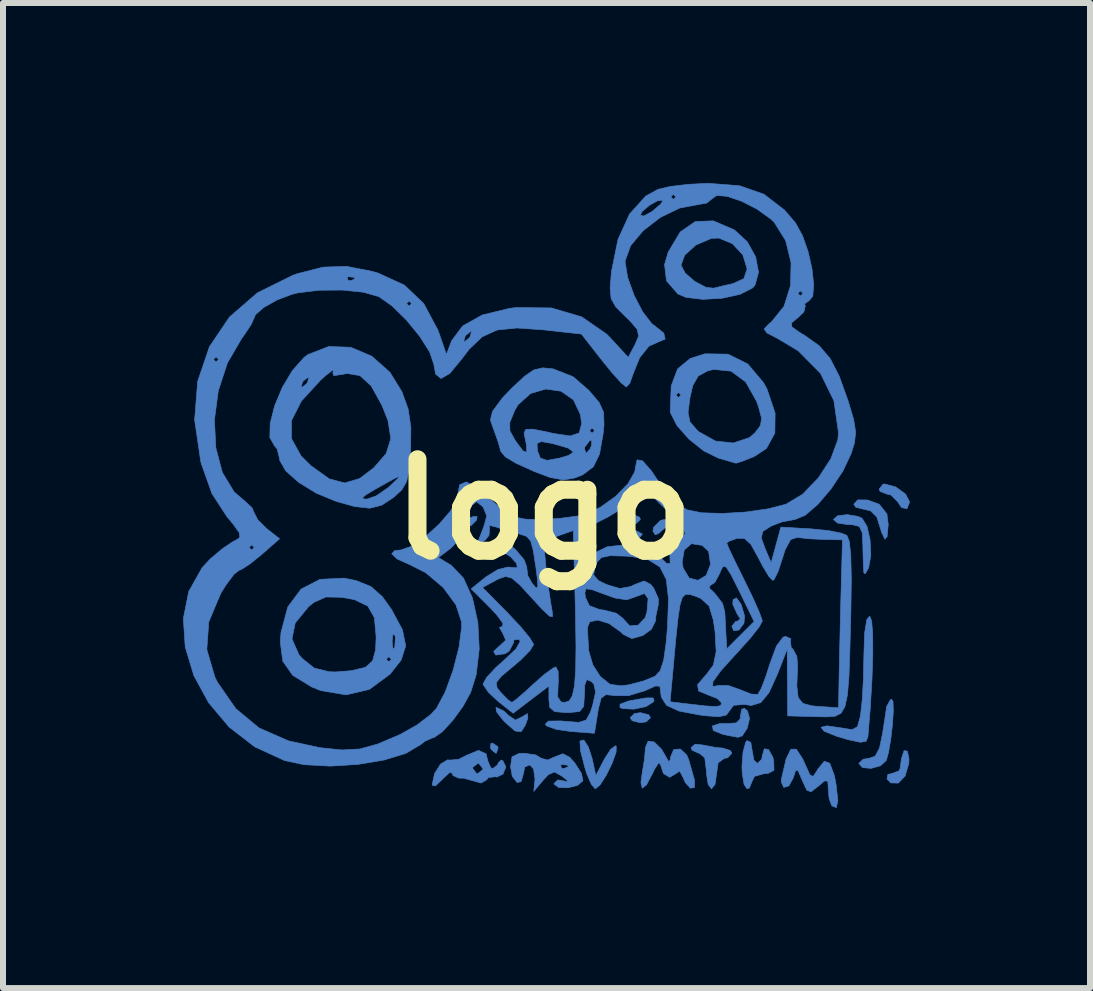
<source format=kicad_pcb>
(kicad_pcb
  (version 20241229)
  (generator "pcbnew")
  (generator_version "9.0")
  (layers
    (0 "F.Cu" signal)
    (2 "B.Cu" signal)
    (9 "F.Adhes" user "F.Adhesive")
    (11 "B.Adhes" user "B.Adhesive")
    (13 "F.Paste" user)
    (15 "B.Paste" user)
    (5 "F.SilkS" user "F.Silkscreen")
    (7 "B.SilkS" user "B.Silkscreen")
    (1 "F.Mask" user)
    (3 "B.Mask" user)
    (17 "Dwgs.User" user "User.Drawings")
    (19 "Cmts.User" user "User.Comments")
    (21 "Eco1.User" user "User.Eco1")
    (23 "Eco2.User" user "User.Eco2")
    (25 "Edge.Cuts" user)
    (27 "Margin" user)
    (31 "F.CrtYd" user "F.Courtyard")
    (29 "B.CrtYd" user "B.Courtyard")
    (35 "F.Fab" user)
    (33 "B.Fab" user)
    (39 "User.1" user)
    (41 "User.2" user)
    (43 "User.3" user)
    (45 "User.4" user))
  (footprint "logo"
    (layer "F.Cu")
    (at 6.011 5.437)
    (property "Reference" "logo" (at 0 0 0) (layer "F.SilkS") (effects (font (size 1.524 1.524) (thickness 0.3))))
    (attr through_hole)
    (fp_poly (pts (xy -0.765 3.956) (xy -0.762 3.979) (xy -0.791 4.062) (xy -0.799 4.064) (xy -0.872 4.005) (xy -0.889 3.979) (xy -0.882 3.901) (xy -0.852 3.895) (xy -0.765 3.956)) (stroke (width 0.01) (type solid)) (fill yes) (layer "B.Cu"))
    (fp_poly (pts (xy 1.596 0.132) (xy 1.609 0.169) (xy 1.538 0.237) (xy 1.434 0.254) (xy 1.317 0.221) (xy 1.312 0.169) (xy 1.435 0.091) (xy 1.487 0.085) (xy 1.596 0.132)) (stroke (width 0.01) (type solid)) (fill yes) (layer "B.Cu"))
    (fp_poly (pts (xy 1.746 3.422) (xy 1.778 3.471) (xy 1.707 3.54) (xy 1.609 3.556) (xy 1.471 3.521) (xy 1.439 3.471) (xy 1.51 3.403) (xy 1.609 3.387) (xy 1.746 3.422)) (stroke (width 0.01) (type solid)) (fill yes) (layer "B.Cu"))
    (fp_poly (pts (xy 1.643 0.411) (xy 1.603 0.462) (xy 1.444 0.489) (xy 1.435 0.49) (xy 1.274 0.472) (xy 1.229 0.421) (xy 1.231 0.418) (xy 1.352 0.35) (xy 1.524 0.348) (xy 1.643 0.411)) (stroke (width 0.01) (type solid)) (fill yes) (layer "B.Cu"))
    (fp_poly (pts (xy 2.092 0.192) (xy 2.04 0.287) (xy 2.032 0.296) (xy 1.911 0.403) (xy 1.855 0.423) (xy 1.817 0.361) (xy 1.832 0.296) (xy 1.944 0.184) (xy 2.009 0.169) (xy 2.092 0.192)) (stroke (width 0.01) (type solid)) (fill yes) (layer "B.Cu"))
    (fp_poly (pts (xy 1.823 3.142) (xy 1.837 3.189) (xy 1.827 3.207) (xy 1.701 3.287) (xy 1.498 3.329) (xy 1.312 3.319) (xy 1.269 3.301) (xy 1.27 3.247) (xy 1.411 3.194) (xy 1.443 3.187) (xy 1.701 3.142) (xy 1.823 3.142)) (stroke (width 0.01) (type solid)) (fill yes) (layer "B.Cu"))
    (fp_poly (pts (xy 5.864 -0.373) (xy 6.027 -0.255) (xy 6.096 -0.124) (xy 6.052 -0.012) (xy 5.96 -0.029) (xy 5.896 -0.127) (xy 5.783 -0.24) (xy 5.718 -0.254) (xy 5.603 -0.299) (xy 5.588 -0.339) (xy 5.653 -0.42) (xy 5.678 -0.423) (xy 5.864 -0.373)) (stroke (width 0.01) (type solid)) (fill yes) (layer "B.Cu"))
    (fp_poly (pts (xy 3.288 1.582) (xy 3.345 1.776) (xy 3.335 1.899) (xy 3.251 2.011) (xy 3.163 2.022) (xy 3.133 1.947) (xy 3.198 1.867) (xy 3.228 1.863) (xy 3.274 1.824) (xy 3.22 1.739) (xy 3.149 1.582) (xy 3.153 1.506) (xy 3.209 1.475) (xy 3.288 1.582)) (stroke (width 0.01) (type solid)) (fill yes) (layer "B.Cu"))
    (fp_poly (pts (xy -0.664 3.361) (xy -0.592 3.43) (xy -0.474 3.511) (xy -0.37 3.462) (xy -0.272 3.403) (xy -0.265 3.474) (xy -0.305 3.591) (xy -0.377 3.705) (xy -0.479 3.693) (xy -0.642 3.551) (xy -0.677 3.514) (xy -0.786 3.375) (xy -0.798 3.304) (xy -0.787 3.302) (xy -0.664 3.361)) (stroke (width 0.01) (type solid)) (fill yes) (layer "B.Cu"))
    (fp_poly (pts (xy 5.394 -0.156) (xy 5.588 -0.085) (xy 5.717 0.076) (xy 5.739 0.254) (xy 5.72 0.456) (xy 5.681 0.496) (xy 5.628 0.381) (xy 5.565 0.179) (xy 5.548 0.127) (xy 5.442 0.023) (xy 5.337 0) (xy 5.198 -0.035) (xy 5.165 -0.085) (xy 5.231 -0.158) (xy 5.394 -0.156)) (stroke (width 0.01) (type solid)) (fill yes) (layer "B.Cu"))
    (fp_poly (pts (xy 6.057 4.028) (xy 6.085 4.157) (xy 6.082 4.233) (xy 6.02 4.443) (xy 5.907 4.561) (xy 5.781 4.558) (xy 5.718 4.492) (xy 5.734 4.416) (xy 5.795 4.403) (xy 5.917 4.358) (xy 5.937 4.318) (xy 5.958 4.161) (xy 5.958 4.156) (xy 6.003 4.02) (xy 6.057 4.028)) (stroke (width 0.01) (type solid)) (fill yes) (layer "B.Cu"))
    (fp_poly (pts (xy 3.395 3.361) (xy 3.428 3.485) (xy 3.389 3.648) (xy 3.306 3.774) (xy 3.236 3.798) (xy 3.112 3.775) (xy 2.985 3.75) (xy 2.823 3.684) (xy 2.81 3.608) (xy 2.937 3.567) (xy 3.026 3.571) (xy 3.209 3.558) (xy 3.27 3.493) (xy 3.295 3.334) (xy 3.34 3.314) (xy 3.395 3.361)) (stroke (width 0.01) (type solid)) (fill yes) (layer "B.Cu"))
    (fp_poly (pts (xy 5.232 0.117) (xy 5.303 0.149) (xy 5.385 0.282) (xy 5.437 0.512) (xy 5.449 0.767) (xy 5.412 0.974) (xy 5.356 1.073) (xy 5.333 1.058) (xy 5.324 0.926) (xy 5.318 0.698) (xy 5.317 0.614) (xy 5.306 0.388) (xy 5.257 0.284) (xy 5.137 0.255) (xy 5.07 0.254) (xy 4.896 0.229) (xy 4.826 0.169) (xy 4.896 0.107) (xy 5.056 0.088) (xy 5.232 0.117)) (stroke (width 0.01) (type solid)) (fill yes) (layer "B.Cu"))
    (fp_poly (pts (xy 0.671 3.848) (xy 0.742 3.958) (xy 0.806 4.156) (xy 0.808 4.166) (xy 0.867 4.436) (xy 1.009 4.162) (xy 1.114 3.998) (xy 1.195 3.939) (xy 1.207 3.944) (xy 1.205 4.045) (xy 1.14 4.227) (xy 1.041 4.43) (xy 0.936 4.593) (xy 0.858 4.657) (xy 0.793 4.584) (xy 0.714 4.402) (xy 0.691 4.329) (xy 0.611 4.021) (xy 0.602 3.861) (xy 0.662 3.843) (xy 0.671 3.848)) (stroke (width 0.01) (type solid)) (fill yes) (layer "B.Cu"))
    (fp_poly (pts (xy 5.818 3.198) (xy 5.824 3.355) (xy 5.81 3.582) (xy 5.781 3.832) (xy 5.742 4.057) (xy 5.706 4.184) (xy 5.609 4.273) (xy 5.453 4.316) (xy 5.309 4.303) (xy 5.249 4.233) (xy 5.32 4.164) (xy 5.413 4.149) (xy 5.522 4.113) (xy 5.593 3.979) (xy 5.642 3.747) (xy 5.681 3.499) (xy 5.706 3.327) (xy 5.711 3.288) (xy 5.768 3.184) (xy 5.79 3.161) (xy 5.818 3.198)) (stroke (width 0.01) (type solid)) (fill yes) (layer "B.Cu"))
    (fp_poly (pts (xy 2.646 3.926) (xy 2.866 3.968) (xy 2.985 3.978) (xy 3.11 4.019) (xy 3.133 4.064) (xy 3.064 4.139) (xy 3.006 4.149) (xy 2.905 4.224) (xy 2.879 4.403) (xy 2.854 4.581) (xy 2.795 4.657) (xy 2.794 4.657) (xy 2.738 4.582) (xy 2.71 4.399) (xy 2.709 4.36) (xy 2.682 4.141) (xy 2.594 4.065) (xy 2.582 4.064) (xy 2.47 4.013) (xy 2.455 3.969) (xy 2.523 3.912) (xy 2.646 3.926)) (stroke (width 0.01) (type solid)) (fill yes) (layer "B.Cu"))
    (fp_poly (pts (xy 3.449 3.882) (xy 3.471 4.017) (xy 3.5 4.178) (xy 3.556 4.233) (xy 3.631 4.165) (xy 3.641 4.106) (xy 3.674 3.989) (xy 3.746 4.003) (xy 3.816 4.13) (xy 3.831 4.191) (xy 3.835 4.348) (xy 3.736 4.4) (xy 3.671 4.403) (xy 3.51 4.449) (xy 3.471 4.53) (xy 3.426 4.642) (xy 3.387 4.657) (xy 3.336 4.581) (xy 3.306 4.39) (xy 3.302 4.281) (xy 3.32 4.041) (xy 3.364 3.881) (xy 3.387 3.852) (xy 3.449 3.882)) (stroke (width 0.01) (type solid)) (fill yes) (layer "B.Cu"))
    (fp_poly (pts (xy 5.463 1.858) (xy 5.48 2.078) (xy 5.482 2.413) (xy 5.468 2.833) (xy 5.44 3.311) (xy 5.4 3.789) (xy 5.37 3.864) (xy 5.276 3.881) (xy 5.081 3.84) (xy 4.882 3.782) (xy 4.67 3.696) (xy 4.619 3.631) (xy 4.718 3.607) (xy 4.948 3.64) (xy 5.136 3.671) (xy 5.226 3.622) (xy 5.272 3.455) (xy 5.281 3.397) (xy 5.307 3.159) (xy 5.325 2.822) (xy 5.333 2.456) (xy 5.333 2.434) (xy 5.346 2.056) (xy 5.382 1.836) (xy 5.43 1.778) (xy 5.463 1.858)) (stroke (width 0.01) (type solid)) (fill yes) (layer "B.Cu"))
    (fp_poly (pts (xy 1.839 3.876) (xy 1.961 3.996) (xy 2.016 4.09) (xy 2.082 4.206) (xy 2.108 4.171) (xy 2.111 4.128) (xy 2.165 4.002) (xy 2.275 3.993) (xy 2.383 4.095) (xy 2.414 4.17) (xy 2.477 4.391) (xy 2.51 4.508) (xy 2.511 4.634) (xy 2.444 4.646) (xy 2.358 4.554) (xy 2.325 4.476) (xy 2.264 4.361) (xy 2.202 4.402) (xy 2.098 4.465) (xy 1.993 4.402) (xy 1.944 4.25) (xy 1.915 4.222) (xy 1.846 4.328) (xy 1.821 4.381) (xy 1.712 4.589) (xy 1.64 4.646) (xy 1.618 4.551) (xy 1.64 4.392) (xy 1.679 4.152) (xy 1.693 3.971) (xy 1.737 3.863) (xy 1.839 3.876)) (stroke (width 0.01) (type solid)) (fill yes) (layer "B.Cu"))
    (fp_poly (pts (xy 4.207 3.996) (xy 4.313 4.156) (xy 4.354 4.247) (xy 4.433 4.421) (xy 4.486 4.452) (xy 4.551 4.357) (xy 4.566 4.329) (xy 4.674 4.196) (xy 4.765 4.231) (xy 4.841 4.434) (xy 4.869 4.578) (xy 4.9 4.853) (xy 4.874 4.971) (xy 4.798 4.939) (xy 4.754 4.819) (xy 4.741 4.672) (xy 4.732 4.527) (xy 4.676 4.526) (xy 4.574 4.612) (xy 4.454 4.706) (xy 4.383 4.68) (xy 4.308 4.52) (xy 4.238 4.358) (xy 4.198 4.345) (xy 4.159 4.468) (xy 4.158 4.471) (xy 4.083 4.608) (xy 3.998 4.633) (xy 3.956 4.542) (xy 3.961 4.487) (xy 4.037 4.159) (xy 4.117 3.996) (xy 4.207 3.996)) (stroke (width 0.01) (type solid)) (fill yes) (layer "B.Cu"))
    (fp_poly (pts (xy 3.176 -4.656) (xy 3.176 -4.656) (xy 3.39 -4.459) (xy 3.53 -4.207) (xy 3.578 -3.95) (xy 3.52 -3.738) (xy 3.479 -3.69) (xy 3.273 -3.584) (xy 2.974 -3.518) (xy 2.651 -3.499) (xy 2.371 -3.532) (xy 2.233 -3.59) (xy 2.044 -3.808) (xy 2.013 -4.07) (xy 2.286 -4.07) (xy 2.355 -3.937) (xy 2.517 -3.797) (xy 2.703 -3.699) (xy 2.831 -3.685) (xy 2.976 -3.722) (xy 3.154 -3.762) (xy 3.334 -3.845) (xy 3.387 -4.006) (xy 3.387 -4.009) (xy 3.316 -4.241) (xy 3.142 -4.427) (xy 2.917 -4.52) (xy 2.792 -4.515) (xy 2.531 -4.403) (xy 2.347 -4.234) (xy 2.286 -4.07) (xy 2.013 -4.07) (xy 2.012 -4.08) (xy 2.074 -4.289) (xy 2.274 -4.623) (xy 2.525 -4.796) (xy 2.825 -4.807) (xy 3.176 -4.656)) (stroke (width 0.01) (type solid)) (fill yes) (layer "B.Cu"))
    (fp_poly (pts (xy -0.963 4.072) (xy -0.931 4.196) (xy -0.884 4.305) (xy -0.847 4.318) (xy -0.765 4.253) (xy -0.762 4.228) (xy -0.711 4.177) (xy -0.681 4.189) (xy -0.632 4.292) (xy -0.68 4.411) (xy -0.783 4.461) (xy -0.81 4.455) (xy -0.927 4.47) (xy -0.952 4.507) (xy -1.045 4.56) (xy -1.148 4.532) (xy -1.332 4.48) (xy -1.418 4.478) (xy -1.515 4.434) (xy -1.524 4.397) (xy -1.569 4.384) (xy -1.677 4.484) (xy -1.691 4.499) (xy -1.806 4.608) (xy -1.859 4.596) (xy -1.86 4.588) (xy -1.82 4.402) (xy -1.767 4.318) (xy -1.185 4.318) (xy -1.121 4.4) (xy -1.101 4.403) (xy -1.018 4.338) (xy -1.016 4.318) (xy -1.08 4.236) (xy -1.101 4.233) (xy -1.183 4.298) (xy -1.185 4.318) (xy -1.767 4.318) (xy -1.72 4.244) (xy -1.602 4.173) (xy -1.57 4.178) (xy -1.422 4.166) (xy -1.28 4.095) (xy -1.089 4.016) (xy -0.963 4.072)) (stroke (width 0.01) (type solid)) (fill yes) (layer "B.Cu"))
    (fp_poly (pts (xy -0.138 4.091) (xy -0.043 4.147) (xy 0.064 4.177) (xy 0.179 4.126) (xy 0.316 4.072) (xy 0.432 4.131) (xy 0.516 4.225) (xy 0.625 4.396) (xy 0.653 4.521) (xy 0.652 4.521) (xy 0.562 4.599) (xy 0.403 4.639) (xy 0.247 4.634) (xy 0.17 4.576) (xy 0.169 4.569) (xy 0.232 4.508) (xy 0.318 4.521) (xy 0.41 4.546) (xy 0.369 4.498) (xy 0.307 4.449) (xy 0.179 4.376) (xy 0.075 4.42) (xy -0.01 4.512) (xy -0.167 4.699) (xy -0.147 4.497) (xy -0.17 4.327) (xy -0.229 4.262) (xy 0.282 4.262) (xy 0.294 4.312) (xy 0.339 4.318) (xy 0.408 4.287) (xy 0.395 4.262) (xy 0.295 4.251) (xy 0.282 4.262) (xy -0.229 4.262) (xy -0.233 4.257) (xy -0.318 4.294) (xy -0.339 4.403) (xy -0.378 4.537) (xy -0.445 4.551) (xy -0.525 4.449) (xy -0.554 4.29) (xy -0.53 4.124) (xy -0.413 4.068) (xy -0.326 4.064) (xy -0.138 4.091)) (stroke (width 0.01) (type solid)) (fill yes) (layer "B.Cu"))
    (fp_poly (pts (xy 3.069 -2.586) (xy 3.398 -2.423) (xy 3.661 -2.111) (xy 3.72 -2.002) (xy 3.854 -1.604) (xy 3.85 -1.27) (xy 3.71 -1.015) (xy 3.505 -0.88) (xy 3.314 -0.804) (xy 3.205 -0.77) (xy 3.199 -0.77) (xy 3.11 -0.796) (xy 2.926 -0.849) (xy 2.91 -0.854) (xy 2.665 -0.974) (xy 2.418 -1.171) (xy 2.219 -1.396) (xy 2.113 -1.605) (xy 2.112 -1.611) (xy 2.404 -1.611) (xy 2.435 -1.458) (xy 2.549 -1.325) (xy 2.586 -1.291) (xy 2.861 -1.138) (xy 3.16 -1.106) (xy 3.426 -1.196) (xy 3.517 -1.273) (xy 3.609 -1.395) (xy 3.629 -1.517) (xy 3.579 -1.705) (xy 3.544 -1.803) (xy 3.365 -2.122) (xy 3.12 -2.303) (xy 2.829 -2.332) (xy 2.729 -2.307) (xy 2.573 -2.222) (xy 2.483 -2.065) (xy 2.434 -1.856) (xy 2.404 -1.611) (xy 2.112 -1.611) (xy 2.107 -1.646) (xy 2.117 -1.905) (xy 2.201 -1.905) (xy 2.244 -1.863) (xy 2.286 -1.905) (xy 2.244 -1.947) (xy 2.201 -1.905) (xy 2.117 -1.905) (xy 2.123 -2.057) (xy 2.229 -2.34) (xy 2.441 -2.515) (xy 2.688 -2.592) (xy 3.069 -2.586)) (stroke (width 0.01) (type solid)) (fill yes) (layer "B.Cu"))
    (fp_poly (pts (xy -3.126 1.187) (xy -2.882 1.285) (xy -2.689 1.456) (xy -2.535 1.672) (xy -2.355 2.008) (xy -2.301 2.274) (xy -2.377 2.512) (xy -2.561 2.745) (xy -2.907 3) (xy -3.295 3.091) (xy -3.72 3.019) (xy -3.871 2.957) (xy -4.183 2.766) (xy -4.349 2.53) (xy -4.391 2.209) (xy -4.387 2.159) (xy -4.196 2.159) (xy -4.081 2.42) (xy -4.03 2.48) (xy -3.825 2.645) (xy -3.575 2.706) (xy -3.47 2.709) (xy -3.205 2.688) (xy -2.99 2.636) (xy -2.958 2.622) (xy -2.852 2.522) (xy -2.845 2.498) (xy -2.625 2.498) (xy -2.582 2.54) (xy -2.54 2.498) (xy -2.582 2.455) (xy -2.625 2.498) (xy -2.845 2.498) (xy -2.803 2.339) (xy -2.797 2.201) (xy -2.527 2.201) (xy -2.513 2.322) (xy -2.484 2.307) (xy -2.473 2.134) (xy -2.484 2.095) (xy -2.515 2.085) (xy -2.527 2.201) (xy -2.797 2.201) (xy -2.794 2.124) (xy -2.823 1.805) (xy -2.933 1.611) (xy -3.156 1.504) (xy -3.368 1.465) (xy -3.629 1.46) (xy -3.829 1.548) (xy -3.919 1.621) (xy -4.142 1.893) (xy -4.196 2.159) (xy -4.387 2.159) (xy -4.379 2.052) (xy -4.266 1.627) (xy -4.045 1.329) (xy -3.729 1.166) (xy -3.33 1.146) (xy -3.126 1.187)) (stroke (width 0.01) (type solid)) (fill yes) (layer "B.Cu"))
    (fp_poly (pts (xy -3.219 -2.701) (xy -2.868 -2.553) (xy -2.564 -2.284) (xy -2.365 -1.962) (xy -2.26 -1.671) (xy -2.215 -1.368) (xy -2.219 -0.984) (xy -2.243 -0.665) (xy -2.286 -0.463) (xy -2.366 -0.325) (xy -2.501 -0.201) (xy -2.701 -0.069) (xy -2.9 -0.019) (xy -3.152 -0.047) (xy -3.46 -0.133) (xy -3.595 -0.189) (xy -3.024 -0.189) (xy -2.99 -0.172) (xy -2.947 -0.171) (xy -2.793 -0.224) (xy -2.6 -0.357) (xy -2.566 -0.386) (xy -2.428 -0.517) (xy -2.414 -0.549) (xy -2.519 -0.498) (xy -2.529 -0.492) (xy -2.815 -0.332) (xy -2.973 -0.237) (xy -3.024 -0.189) (xy -3.595 -0.189) (xy -3.79 -0.269) (xy -4.082 -0.448) (xy -4.299 -0.64) (xy -4.4 -0.816) (xy -4.403 -0.846) (xy -4.443 -1.006) (xy -4.487 -1.058) (xy -4.555 -1.18) (xy -4.205 -1.18) (xy -4.046 -0.892) (xy -3.879 -0.726) (xy -3.576 -0.509) (xy -3.317 -0.439) (xy -3.068 -0.514) (xy -2.834 -0.691) (xy -2.626 -0.931) (xy -2.549 -1.179) (xy -2.596 -1.478) (xy -2.698 -1.736) (xy -2.877 -2.058) (xy -3.063 -2.228) (xy -3.276 -2.264) (xy -3.35 -2.25) (xy -3.5 -2.228) (xy -3.517 -2.28) (xy -3.504 -2.304) (xy -3.518 -2.32) (xy -3.626 -2.237) (xy -3.714 -2.159) (xy -4.04 -1.803) (xy -4.204 -1.48) (xy -4.205 -1.18) (xy -4.555 -1.18) (xy -4.565 -1.197) (xy -4.559 -1.433) (xy -4.485 -1.725) (xy -4.356 -2.033) (xy -4.353 -2.038) (xy -4.043 -2.038) (xy -4.032 -2.032) (xy -3.954 -2.092) (xy -3.937 -2.117) (xy -3.915 -2.196) (xy -3.927 -2.201) (xy -4.004 -2.142) (xy -4.022 -2.117) (xy -4.043 -2.038) (xy -4.353 -2.038) (xy -4.188 -2.314) (xy -3.997 -2.529) (xy -3.932 -2.578) (xy -3.585 -2.713) (xy -3.219 -2.701)) (stroke (width 0.01) (type solid)) (fill yes) (layer "B.Cu"))
    (fp_poly (pts (xy 0.154 -2.341) (xy 0.488 -2.21) (xy 0.751 -1.982) (xy 0.922 -1.781) (xy 0.997 -1.615) (xy 1.003 -1.404) (xy 0.987 -1.251) (xy 0.928 -0.919) (xy 0.826 -0.71) (xy 0.653 -0.579) (xy 0.519 -0.524) (xy 0.328 -0.491) (xy 0.103 -0.532) (xy -0.15 -0.627) (xy -0.461 -0.767) (xy -0.641 -0.875) (xy -0.718 -0.968) (xy -0.727 -1.002) (xy -0.76 -1.121) (xy -0.79 -1.206) (xy -0.864 -1.412) (xy -0.875 -1.447) (xy -0.567 -1.447) (xy -0.565 -1.309) (xy -0.477 -1.149) (xy -0.477 -1.148) (xy -0.346 -0.973) (xy -0.283 -0.951) (xy -0.29 -1.081) (xy -0.293 -1.097) (xy -0.113 -1.097) (xy -0.106 -0.977) (xy -0.105 -0.972) (xy -0.057 -0.854) (xy 0.052 -0.816) (xy 0.259 -0.853) (xy 0.414 -0.899) (xy 0.494 -0.955) (xy 0.421 -1.011) (xy 0.677 -1.011) (xy 0.705 -0.934) (xy 0.767 -1.001) (xy 0.794 -1.063) (xy 0.8 -1.15) (xy 0.761 -1.142) (xy 0.68 -1.034) (xy 0.677 -1.011) (xy 0.421 -1.011) (xy 0.408 -1.021) (xy 0.159 -1.093) (xy 0.148 -1.096) (xy -0.043 -1.13) (xy -0.113 -1.097) (xy -0.293 -1.097) (xy -0.304 -1.143) (xy -0.329 -1.272) (xy -0.299 -1.334) (xy -0.18 -1.336) (xy 0.06 -1.288) (xy 0.162 -1.264) (xy 0.441 -1.223) (xy 0.59 -1.273) (xy 0.6 -1.312) (xy 0.762 -1.312) (xy 0.804 -1.27) (xy 0.847 -1.312) (xy 0.804 -1.355) (xy 0.762 -1.312) (xy 0.6 -1.312) (xy 0.63 -1.427) (xy 0.611 -1.577) (xy 0.494 -1.825) (xy 0.286 -1.969) (xy 0.033 -2.005) (xy -0.221 -1.93) (xy -0.429 -1.743) (xy -0.484 -1.648) (xy -0.567 -1.447) (xy -0.875 -1.447) (xy -0.89 -1.49) (xy -0.854 -1.634) (xy -0.692 -1.853) (xy -0.545 -2.008) (xy -0.322 -2.217) (xy -0.163 -2.325) (xy -0.015 -2.358) (xy 0.154 -2.341)) (stroke (width 0.01) (type solid)) (fill yes) (layer "B.Cu"))
    (fp_poly (pts (xy 3.259 -5.393) (xy 3.667 -5.251) (xy 4.01 -4.988) (xy 4.193 -4.774) (xy 4.309 -4.564) (xy 4.404 -4.294) (xy 4.469 -4.006) (xy 4.497 -3.744) (xy 4.482 -3.551) (xy 4.415 -3.472) (xy 4.409 -3.471) (xy 4.346 -3.424) (xy 4.357 -3.392) (xy 4.334 -3.291) (xy 4.231 -3.191) (xy 4.128 -3.108) (xy 4.132 -3.042) (xy 4.258 -2.951) (xy 4.35 -2.896) (xy 4.589 -2.726) (xy 4.771 -2.514) (xy 4.923 -2.218) (xy 5.074 -1.797) (xy 5.163 -1.495) (xy 5.196 -1.287) (xy 5.177 -1.109) (xy 5.122 -0.931) (xy 4.984 -0.639) (xy 4.788 -0.344) (xy 4.568 -0.085) (xy 4.355 0.099) (xy 4.184 0.169) (xy 4.183 0.169) (xy 3.966 0.209) (xy 3.787 0.279) (xy 3.647 0.37) (xy 3.624 0.478) (xy 3.682 0.639) (xy 3.788 0.889) (xy 3.869 0.593) (xy 3.95 0.296) (xy 4.452 0.325) (xy 4.738 0.353) (xy 4.96 0.397) (xy 5.05 0.434) (xy 5.091 0.536) (xy 5.115 0.771) (xy 5.124 1.149) (xy 5.117 1.682) (xy 5.114 1.802) (xy 5.099 2.372) (xy 5.084 2.795) (xy 5.059 3.092) (xy 5.018 3.285) (xy 4.953 3.396) (xy 4.856 3.446) (xy 4.72 3.458) (xy 4.536 3.454) (xy 4.529 3.454) (xy 4.064 3.441) (xy 4.06 2.885) (xy 4.056 2.328) (xy 3.893 2.745) (xy 3.753 3.053) (xy 3.617 3.219) (xy 3.458 3.268) (xy 3.335 3.25) (xy 3.162 3.265) (xy 3.101 3.346) (xy 3.042 3.427) (xy 2.917 3.455) (xy 2.683 3.438) (xy 2.603 3.427) (xy 2.253 3.361) (xy 2.046 3.266) (xy 2.007 3.206) (xy 2.104 3.206) (xy 2.386 3.24) (xy 2.692 3.275) (xy 2.866 3.286) (xy 2.945 3.271) (xy 2.963 3.229) (xy 2.963 3.227) (xy 2.892 3.152) (xy 2.752 3.098) (xy 2.579 3.026) (xy 2.567 2.952) (xy 2.814 2.952) (xy 2.918 2.934) (xy 3.078 2.936) (xy 3.272 3.005) (xy 3.453 3.077) (xy 3.566 3.084) (xy 3.622 2.987) (xy 3.702 2.778) (xy 3.764 2.581) (xy 3.876 2.278) (xy 3.986 2.13) (xy 4.029 2.117) (xy 4.117 2.156) (xy 4.11 2.195) (xy 4.122 2.304) (xy 4.153 2.331) (xy 4.216 2.449) (xy 4.23 2.612) (xy 4.216 2.939) (xy 4.238 3.134) (xy 4.316 3.233) (xy 4.467 3.274) (xy 4.572 3.283) (xy 4.911 3.306) (xy 4.921 2.733) (xy 4.929 2.377) (xy 4.939 1.932) (xy 4.95 1.476) (xy 4.954 1.333) (xy 4.976 0.508) (xy 4.668 0.502) (xy 4.422 0.49) (xy 4.233 0.47) (xy 4.221 0.468) (xy 4.113 0.503) (xy 4.022 0.671) (xy 3.977 0.813) (xy 3.904 1.035) (xy 3.838 1.168) (xy 3.816 1.185) (xy 3.749 1.116) (xy 3.643 0.939) (xy 3.577 0.811) (xy 3.45 0.582) (xy 3.342 0.484) (xy 3.222 0.482) (xy 3.083 0.533) (xy 3.048 0.562) (xy 3.083 0.649) (xy 3.177 0.847) (xy 3.311 1.119) (xy 3.344 1.185) (xy 3.485 1.476) (xy 3.59 1.712) (xy 3.639 1.85) (xy 3.641 1.862) (xy 3.586 1.962) (xy 3.442 2.145) (xy 3.238 2.372) (xy 3.218 2.393) (xy 2.953 2.686) (xy 2.818 2.872) (xy 2.814 2.952) (xy 2.567 2.952) (xy 2.562 2.922) (xy 2.698 2.762) (xy 2.709 2.752) (xy 2.826 2.593) (xy 2.872 2.368) (xy 2.853 2.038) (xy 2.825 1.846) (xy 2.755 1.612) (xy 2.616 1.484) (xy 2.534 1.45) (xy 2.434 1.417) (xy 2.361 1.416) (xy 2.308 1.468) (xy 2.268 1.599) (xy 2.234 1.83) (xy 2.197 2.185) (xy 2.156 2.64) (xy 2.104 3.206) (xy 2.007 3.206) (xy 1.957 3.128) (xy 1.947 3.044) (xy 1.934 2.948) (xy 1.863 2.942) (xy 1.689 3.02) (xy 1.687 3.021) (xy 1.413 3.104) (xy 1.189 3.104) (xy 1.035 3.087) (xy 0.955 3.147) (xy 0.909 3.324) (xy 0.898 3.394) (xy 0.844 3.731) (xy 0.448 3.701) (xy 0.208 3.666) (xy 0.052 3.611) (xy 0.023 3.581) (xy 0.076 3.528) (xy 0.282 3.525) (xy 0.356 3.532) (xy 0.586 3.549) (xy 0.706 3.51) (xy 0.777 3.38) (xy 0.813 3.268) (xy 0.863 3.044) (xy 0.835 2.915) (xy 0.792 2.868) (xy 0.716 2.836) (xy 0.683 2.925) (xy 0.677 3.08) (xy 0.665 3.283) (xy 0.597 3.368) (xy 0.422 3.387) (xy 0.381 3.387) (xy 0.181 3.371) (xy 0.099 3.3) (xy 0.085 3.165) (xy 0.085 2.943) (xy -0.511 3.397) (xy -0.759 3.201) (xy -0.923 3.049) (xy -1.008 2.923) (xy -1.011 2.907) (xy -0.953 2.801) (xy -0.8 2.636) (xy -0.666 2.517) (xy -0.463 2.325) (xy -0.393 2.2) (xy -0.412 2.166) (xy -0.496 2.175) (xy -0.508 2.23) (xy -0.577 2.362) (xy -0.647 2.406) (xy -0.799 2.428) (xy -0.837 2.369) (xy -0.735 2.273) (xy -0.634 2.18) (xy -0.683 2.067) (xy -0.739 1.969) (xy -0.685 1.947) (xy -0.683 1.895) (xy -0.782 1.761) (xy -0.898 1.636) (xy -1.21 1.324) (xy -1.182 1.302) (xy -1.021 1.302) (xy -0.595 1.733) (xy -0.385 1.957) (xy -0.233 2.142) (xy -0.17 2.25) (xy -0.169 2.253) (xy -0.23 2.353) (xy -0.387 2.511) (xy -0.514 2.619) (xy -0.711 2.784) (xy -0.793 2.889) (xy -0.778 2.974) (xy -0.712 3.056) (xy -0.591 3.178) (xy -0.532 3.217) (xy -0.456 3.164) (xy -0.3 3.028) (xy -0.185 2.922) (xy 0.007 2.752) (xy 0.154 2.645) (xy 0.2 2.625) (xy 0.239 2.698) (xy 0.242 2.879) (xy 0.238 2.921) (xy 0.231 3.125) (xy 0.286 3.208) (xy 0.347 3.217) (xy 0.422 3.193) (xy 0.476 3.106) (xy 0.512 2.938) (xy 0.531 2.668) (xy 0.536 2.277) (xy 0.531 1.968) (xy 0.727 1.968) (xy 0.737 2.165) (xy 0.748 2.355) (xy 0.817 2.592) (xy 0.942 2.786) (xy 1.105 2.916) (xy 1.296 2.94) (xy 1.418 2.923) (xy 1.663 2.859) (xy 1.854 2.78) (xy 1.861 2.775) (xy 1.941 2.685) (xy 1.998 2.509) (xy 2.039 2.217) (xy 2.061 1.955) (xy 2.078 1.492) (xy 2.057 1.31) (xy 2.756 1.31) (xy 2.841 1.39) (xy 2.977 1.565) (xy 3.016 1.708) (xy 3.029 1.959) (xy 3.037 2.115) (xy 3.048 2.324) (xy 3.504 1.869) (xy 3.255 1.358) (xy 3.122 1.093) (xy 3.04 0.963) (xy 2.988 0.947) (xy 2.946 1.027) (xy 2.935 1.059) (xy 2.851 1.217) (xy 2.771 1.27) (xy 2.756 1.31) (xy 2.057 1.31) (xy 2.041 1.168) (xy 1.934 0.959) (xy 1.743 0.84) (xy 1.454 0.785) (xy 1.366 0.779) (xy 1.104 0.772) (xy 0.959 0.802) (xy 0.883 0.886) (xy 0.857 0.948) (xy 0.83 1.092) (xy 0.91 1.187) (xy 1.047 1.253) (xy 1.267 1.319) (xy 1.444 1.287) (xy 1.509 1.255) (xy 1.671 1.193) (xy 1.78 1.249) (xy 1.831 1.312) (xy 1.908 1.485) (xy 1.907 1.592) (xy 1.867 1.778) (xy 1.863 1.856) (xy 1.793 1.998) (xy 1.65 2.102) (xy 1.468 2.153) (xy 1.325 2.084) (xy 1.275 2.037) (xy 1.087 1.902) (xy 0.902 1.845) (xy 0.766 1.873) (xy 0.727 1.968) (xy 0.531 1.968) (xy 0.528 1.745) (xy 0.521 1.468) (xy 0.519 1.386) (xy 0.684 1.386) (xy 0.693 1.465) (xy 0.759 1.605) (xy 0.932 1.67) (xy 1 1.678) (xy 1.205 1.73) (xy 1.323 1.819) (xy 1.326 1.826) (xy 1.433 1.942) (xy 1.572 1.93) (xy 1.688 1.807) (xy 1.718 1.715) (xy 1.738 1.487) (xy 1.677 1.402) (xy 1.53 1.455) (xy 1.527 1.457) (xy 1.382 1.507) (xy 1.189 1.478) (xy 1.018 1.417) (xy 0.802 1.337) (xy 0.704 1.324) (xy 0.684 1.386) (xy 0.519 1.386) (xy 0.497 0.563) (xy 0.677 0.563) (xy 0.684 0.761) (xy 0.719 0.815) (xy 0.808 0.755) (xy 0.832 0.733) (xy 1.055 0.624) (xy 1.351 0.589) (xy 1.648 0.626) (xy 1.876 0.734) (xy 1.905 0.762) (xy 2.045 0.9) (xy 2.106 0.9) (xy 2.105 0.879) (xy 2.305 0.879) (xy 2.322 0.978) (xy 2.422 1.144) (xy 2.568 1.182) (xy 2.706 1.1) (xy 2.778 0.916) (xy 2.746 0.699) (xy 2.639 0.6) (xy 2.46 0.572) (xy 2.34 0.677) (xy 2.305 0.879) (xy 2.105 0.879) (xy 2.1 0.751) (xy 2.08 0.635) (xy 2.062 0.415) (xy 2.117 0.339) (xy 2.118 0.339) (xy 2.172 0.39) (xy 2.159 0.423) (xy 2.137 0.499) (xy 2.235 0.488) (xy 2.313 0.46) (xy 2.357 0.402) (xy 2.294 0.284) (xy 2.114 0.084) (xy 2.088 0.057) (xy 1.736 -0.297) (xy 1.314 -0.021) (xy 1.07 0.127) (xy 0.873 0.227) (xy 0.785 0.254) (xy 0.707 0.332) (xy 0.677 0.549) (xy 0.677 0.563) (xy 0.497 0.563) (xy 0.491 0.353) (xy 0.239 0.441) (xy 0.097 0.499) (xy 0.028 0.576) (xy 0.014 0.72) (xy 0.038 0.981) (xy 0.041 1.005) (xy 0.079 1.312) (xy 0.119 1.581) (xy 0.139 1.693) (xy 0.146 1.787) (xy 0.097 1.781) (xy -0.028 1.664) (xy -0.194 1.483) (xy -0.399 1.26) (xy -0.533 1.145) (xy -0.637 1.118) (xy -0.75 1.157) (xy -0.797 1.181) (xy -1.021 1.302) (xy -1.182 1.302) (xy -0.965 1.126) (xy -0.765 1.003) (xy -0.593 0.96) (xy -0.572 0.964) (xy -0.442 0.974) (xy -0.454 0.901) (xy -0.553 0.79) (xy -0.681 0.707) (xy -0.808 0.765) (xy -0.809 0.766) (xy -0.938 0.842) (xy -0.973 0.806) (xy -0.904 0.693) (xy -0.846 0.635) (xy -0.723 0.538) (xy -0.626 0.543) (xy -0.486 0.658) (xy -0.462 0.681) (xy -0.328 0.839) (xy -0.282 0.963) (xy -0.284 0.973) (xy -0.266 1.106) (xy -0.196 1.231) (xy -0.126 1.312) (xy -0.099 1.288) (xy -0.11 1.136) (xy -0.131 0.974) (xy -0.175 0.689) (xy -0.218 0.528) (xy -0.285 0.451) (xy -0.398 0.412) (xy -0.443 0.402) (xy -0.676 0.337) (xy -0.797 0.293) (xy -0.91 0.267) (xy -0.904 0.315) (xy -0.913 0.434) (xy -0.975 0.509) (xy -1.076 0.574) (xy -1.089 0.519) (xy -1.016 0.331) (xy -1.004 0.303) (xy -0.95 0.11) (xy -1.011 -0.037) (xy -1.017 -0.044) (xy -1.119 -0.128) (xy -1.197 -0.069) (xy -1.198 -0.068) (xy -1.264 0.081) (xy -1.237 0.142) (xy -1.174 0.12) (xy -1.111 0.12) (xy -1.121 0.179) (xy -1.213 0.272) (xy -1.259 0.275) (xy -1.344 0.322) (xy -1.355 0.377) (xy -1.417 0.513) (xy -1.555 0.652) (xy -1.756 0.803) (xy -1.543 0.932) (xy -1.339 1.144) (xy -1.189 1.476) (xy -1.099 1.884) (xy -1.076 2.326) (xy -1.127 2.757) (xy -1.219 3.051) (xy -1.346 3.282) (xy -1.516 3.516) (xy -1.69 3.705) (xy -1.832 3.804) (xy -1.86 3.81) (xy -1.98 3.862) (xy -2.047 3.916) (xy -2.295 4.064) (xy -2.662 4.177) (xy -3.1 4.25) (xy -3.56 4.278) (xy -3.996 4.254) (xy -4.318 4.186) (xy -4.818 3.956) (xy -5.243 3.627) (xy -5.584 3.223) (xy -5.831 2.77) (xy -5.962 2.336) (xy -5.615 2.336) (xy -5.481 2.794) (xy -5.439 2.879) (xy -5.132 3.321) (xy -4.745 3.642) (xy -4.253 3.858) (xy -3.725 3.972) (xy -3.363 4.009) (xy -3.068 3.993) (xy -2.769 3.911) (xy -2.396 3.752) (xy -2.394 3.751) (xy -2.116 3.595) (xy -1.882 3.417) (xy -1.788 3.316) (xy -1.642 3.042) (xy -1.51 2.677) (xy -1.412 2.294) (xy -1.369 1.962) (xy -1.37 1.877) (xy -1.465 1.589) (xy -1.678 1.3) (xy -1.967 1.056) (xy -2.223 0.926) (xy -2.443 0.827) (xy -2.534 0.741) (xy -2.485 0.687) (xy -2.383 0.677) (xy -2.205 0.616) (xy -1.979 0.46) (xy -1.748 0.251) (xy -1.557 0.03) (xy -1.449 -0.159) (xy -1.439 -0.214) (xy -1.403 -0.409) (xy -1.292 -0.458) (xy -1.104 -0.36) (xy -0.899 -0.179) (xy -0.682 0.02) (xy -0.507 0.124) (xy -0.302 0.164) (xy -0.081 0.169) (xy 0.246 0.153) (xy 0.557 0.112) (xy 0.677 0.085) (xy 0.94 -0.033) (xy 1.197 -0.217) (xy 1.404 -0.429) (xy 1.516 -0.626) (xy 1.524 -0.682) (xy 1.554 -0.825) (xy 1.644 -0.81) (xy 1.795 -0.638) (xy 1.907 -0.47) (xy 2.093 -0.23) (xy 2.296 -0.046) (xy 2.389 0.008) (xy 2.628 0.057) (xy 2.973 0.068) (xy 3.365 0.045) (xy 3.745 -0.01) (xy 4.036 -0.086) (xy 4.311 -0.251) (xy 4.573 -0.522) (xy 4.782 -0.842) (xy 4.899 -1.158) (xy 4.911 -1.273) (xy 4.834 -1.81) (xy 4.609 -2.268) (xy 4.24 -2.641) (xy 3.902 -2.844) (xy 3.719 -2.939) (xy 3.671 -3.004) (xy 3.741 -3.082) (xy 3.792 -3.122) (xy 4.002 -3.382) (xy 4.07 -3.598) (xy 4.233 -3.598) (xy 4.276 -3.556) (xy 4.318 -3.598) (xy 4.276 -3.641) (xy 4.233 -3.598) (xy 4.07 -3.598) (xy 4.111 -3.728) (xy 4.12 -4.11) (xy 4.03 -4.479) (xy 3.839 -4.783) (xy 3.783 -4.837) (xy 3.552 -5.003) (xy 3.296 -5.134) (xy 3.058 -5.215) (xy 2.881 -5.23) (xy 2.814 -5.183) (xy 2.713 -5.103) (xy 2.581 -5.08) (xy 2.265 -5.021) (xy 1.943 -4.865) (xy 1.656 -4.644) (xy 1.446 -4.393) (xy 1.356 -4.143) (xy 1.355 -4.118) (xy 1.397 -3.863) (xy 1.504 -3.567) (xy 1.647 -3.291) (xy 1.799 -3.094) (xy 1.857 -3.051) (xy 1.998 -2.938) (xy 2.023 -2.838) (xy 1.922 -2.794) (xy 1.918 -2.794) (xy 1.752 -2.719) (xy 1.597 -2.527) (xy 1.492 -2.267) (xy 1.491 -2.265) (xy 1.432 -2.099) (xy 1.374 -2.038) (xy 1.294 -2.103) (xy 1.145 -2.267) (xy 0.969 -2.483) (xy 0.627 -2.921) (xy -0.004 -2.991) (xy -0.449 -3.022) (xy -0.776 -2.989) (xy -1.026 -2.876) (xy -1.244 -2.668) (xy -1.366 -2.507) (xy -1.566 -2.265) (xy -1.712 -2.18) (xy -1.803 -2.253) (xy -1.833 -2.42) (xy -1.902 -2.622) (xy -2.066 -2.881) (xy -2.288 -3.153) (xy -2.528 -3.389) (xy -2.584 -3.429) (xy -2.286 -3.429) (xy -2.244 -3.387) (xy -2.201 -3.429) (xy -2.244 -3.471) (xy -2.286 -3.429) (xy -2.584 -3.429) (xy -2.749 -3.545) (xy -2.752 -3.546) (xy -3.007 -3.618) (xy -3.361 -3.654) (xy -3.746 -3.651) (xy -4.096 -3.608) (xy -4.191 -3.585) (xy -4.443 -3.49) (xy -4.665 -3.365) (xy -4.803 -3.245) (xy -4.826 -3.191) (xy -4.873 -3.085) (xy -4.99 -2.907) (xy -5.031 -2.852) (xy -5.272 -2.439) (xy -5.424 -1.974) (xy -5.488 -1.491) (xy -5.465 -1.026) (xy -5.356 -0.614) (xy -5.16 -0.29) (xy -4.993 -0.148) (xy -4.862 -0.027) (xy -4.826 0.057) (xy -4.765 0.175) (xy -4.618 0.321) (xy -4.614 0.324) (xy -4.402 0.49) (xy -4.702 0.753) (xy -4.895 0.909) (xy -5.041 1.003) (xy -5.079 1.016) (xy -5.163 1.083) (xy -5.292 1.255) (xy -5.382 1.398) (xy -5.582 1.874) (xy -5.615 2.336) (xy -5.962 2.336) (xy -5.975 2.293) (xy -6.006 1.818) (xy -5.916 1.369) (xy -5.694 0.973) (xy -5.56 0.828) (xy -5.357 0.657) (xy -5.324 0.635) (xy -4.911 0.635) (xy -4.868 0.677) (xy -4.826 0.635) (xy -4.868 0.593) (xy -4.911 0.635) (xy -5.324 0.635) (xy -5.179 0.537) (xy -5.141 0.519) (xy -5.065 0.471) (xy -5.074 0.39) (xy -5.179 0.242) (xy -5.281 0.12) (xy -5.53 -0.263) (xy -5.707 -0.762) (xy -5.716 -0.797) (xy -5.818 -1.492) (xy -5.767 -2.134) (xy -5.643 -2.498) (xy -5.503 -2.498) (xy -5.461 -2.455) (xy -5.419 -2.498) (xy -5.461 -2.54) (xy -5.503 -2.498) (xy -5.643 -2.498) (xy -5.571 -2.71) (xy -5.237 -3.205) (xy -4.773 -3.607) (xy -4.251 -3.866) (xy -3.274 -3.866) (xy -3.262 -3.816) (xy -3.217 -3.81) (xy -3.148 -3.841) (xy -3.161 -3.866) (xy -3.261 -3.877) (xy -3.274 -3.866) (xy -4.251 -3.866) (xy -4.185 -3.899) (xy -4.112 -3.925) (xy -3.678 -4.036) (xy -3.286 -4.049) (xy -2.854 -3.964) (xy -2.757 -3.935) (xy -2.324 -3.737) (xy -2.001 -3.43) (xy -1.766 -2.99) (xy -1.733 -2.901) (xy -1.623 -2.582) (xy -1.539 -2.8) (xy -1.334 -2.8) (xy -1.322 -2.794) (xy -1.245 -2.854) (xy -1.228 -2.879) (xy -1.206 -2.958) (xy -1.218 -2.963) (xy -1.295 -2.904) (xy -1.312 -2.879) (xy -1.334 -2.8) (xy -1.539 -2.8) (xy -1.535 -2.811) (xy -1.352 -3.056) (xy -1.026 -3.238) (xy -0.572 -3.349) (xy -0.458 -3.363) (xy 0.128 -3.356) (xy 0.633 -3.207) (xy 1.047 -2.92) (xy 1.106 -2.86) (xy 1.407 -2.533) (xy 1.52 -2.745) (xy 1.58 -2.886) (xy 1.557 -3) (xy 1.432 -3.144) (xy 1.355 -3.217) (xy 1.2 -3.373) (xy 1.122 -3.509) (xy 1.105 -3.686) (xy 1.128 -3.967) (xy 1.236 -4.497) (xy 1.421 -4.904) (xy 1.609 -4.904) (xy 1.665 -4.887) (xy 1.803 -4.963) (xy 1.812 -4.97) (xy 1.947 -5.085) (xy 1.989 -5.15) (xy 1.989 -5.15) (xy 1.898 -5.143) (xy 1.758 -5.065) (xy 1.64 -4.963) (xy 1.609 -4.904) (xy 1.421 -4.904) (xy 1.429 -4.921) (xy 1.687 -5.207) (xy 2.117 -5.207) (xy 2.159 -5.165) (xy 2.201 -5.207) (xy 2.159 -5.249) (xy 2.117 -5.207) (xy 1.687 -5.207) (xy 1.698 -5.219) (xy 1.904 -5.333) (xy 2.112 -5.381) (xy 2.421 -5.417) (xy 2.745 -5.432) (xy 3.259 -5.393)) (stroke (width 0.01) (type solid)) (fill yes) (layer "B.Cu")))
  (gr_rect
    (start -3 -3)
    (end 15.112 13.413)
    (stroke (width 0.1) (type default))
    (fill no)
    (layer "Edge.Cuts")))
</source>
